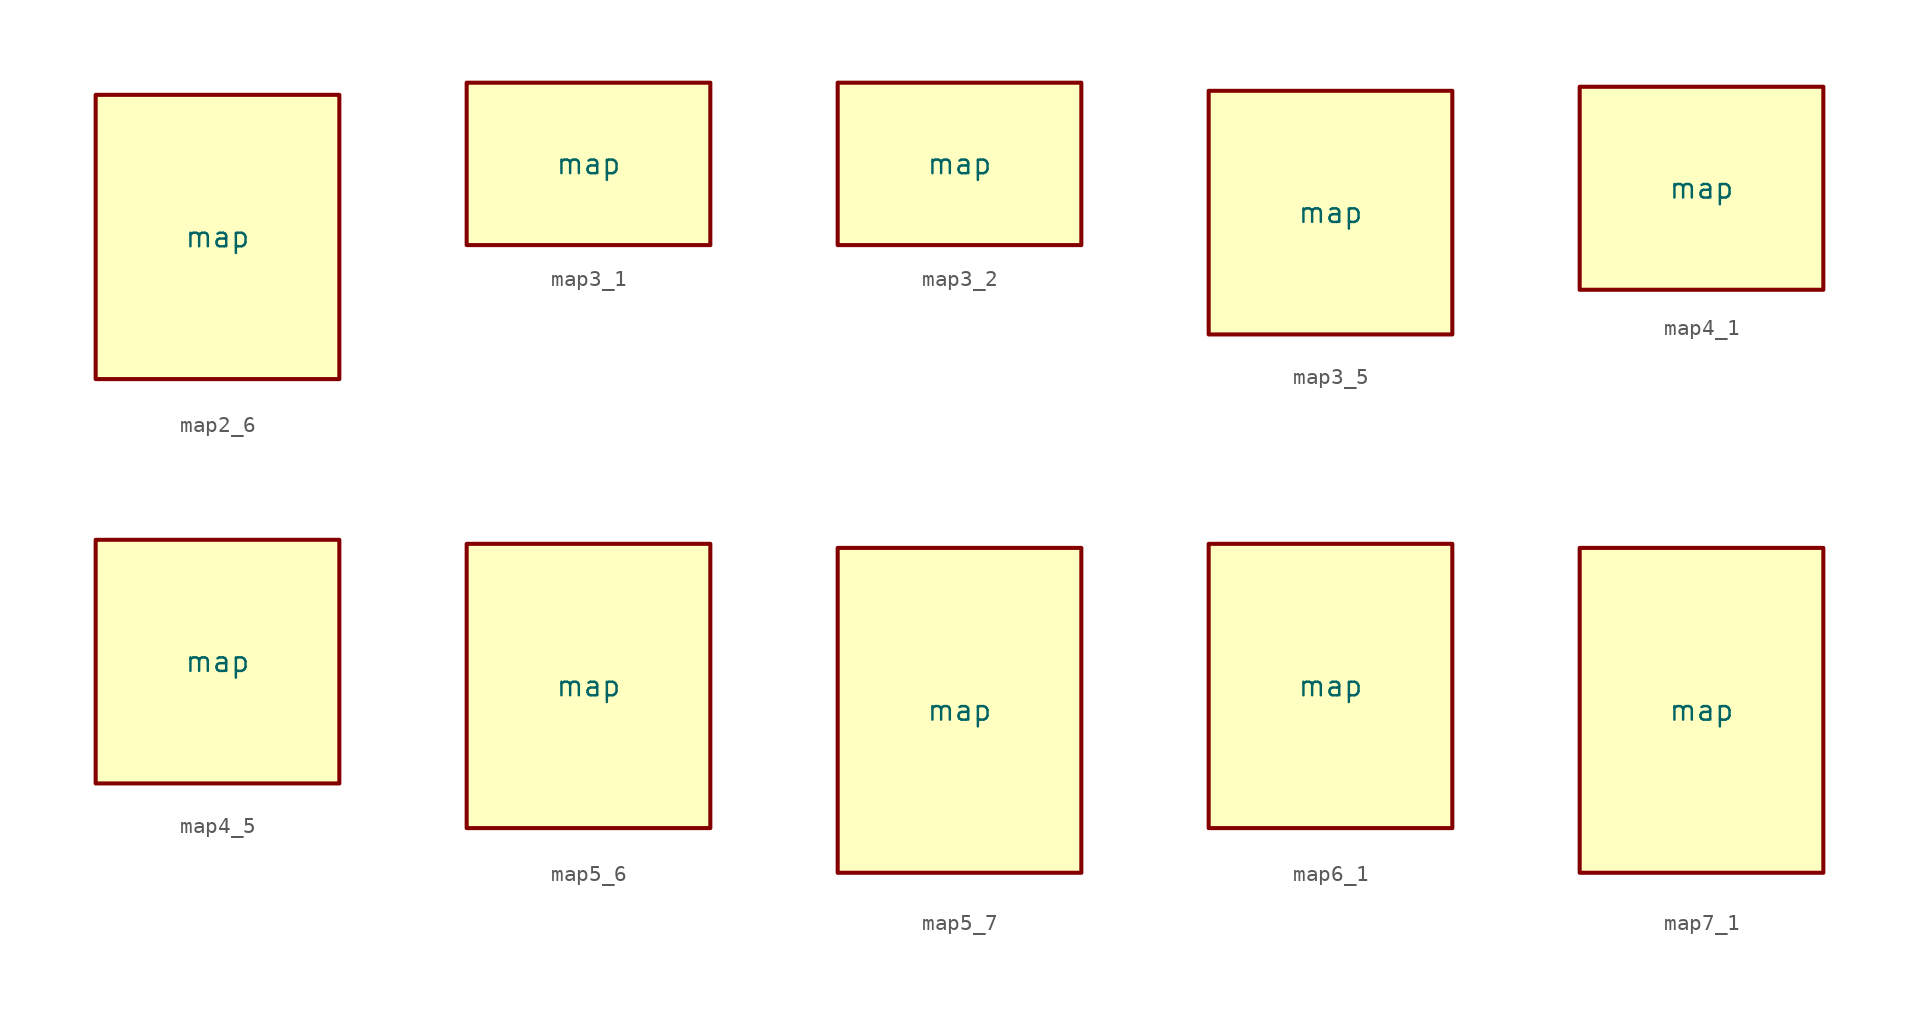
<source format=kicad_sym>
(kicad_symbol_lib
  (version 20231120)
  (generator "kicad_symbol_editor")
  (generator_version "8.0")
  (symbol "map2_6"
    (property "Reference" "U"
      (at 0 0 0)
      (effects (font (size 1.27 1.27)) (hide yes)))
    (property "Value" "map"
      (at 0 0 0)
      (do_not_autoplace)
      (effects (font (size 1.27 1.27))))
    (symbol "map2_6_1_1"
      (rectangle (start -7.62 8.89) (end 7.62 -8.89) (stroke (width 0.254) (type default)) (fill (type background)))
      (pin input line (at -7.62 -2.54 0) (length 0) (name "" (effects (font (size 1.27 1.27)))) (number "" (effects (font (size 1.27 1.27)))))
      (pin input line (at -7.62 2.54 0) (length 0) (name "" (effects (font (size 1.27 1.27)))) (number "" (effects (font (size 1.27 1.27)))))
      (pin output line (at 7.62 -6.35 180) (length 0) (name "" (effects (font (size 1.27 1.27)))) (number "" (effects (font (size 1.27 1.27)))))
      (pin output line (at 7.62 -3.81 180) (length 0) (name "" (effects (font (size 1.27 1.27)))) (number "" (effects (font (size 1.27 1.27)))))
      (pin output line (at 7.62 -1.27 180) (length 0) (name "" (effects (font (size 1.27 1.27)))) (number "" (effects (font (size 1.27 1.27)))))
      (pin output line (at 7.62 1.27 180) (length 0) (name "" (effects (font (size 1.27 1.27)))) (number "" (effects (font (size 1.27 1.27)))))
      (pin output line (at 7.62 3.81 180) (length 0) (name "" (effects (font (size 1.27 1.27)))) (number "" (effects (font (size 1.27 1.27)))))
      (pin output line (at 7.62 6.35 180) (length 0) (name "" (effects (font (size 1.27 1.27)))) (number "" (effects (font (size 1.27 1.27)))))))
  (symbol "map3_1"
    (property "Reference" "U"
      (at 0 0 0)
      (effects (font (size 1.27 1.27)) (hide yes)))
    (property "Value" "map"
      (at 0 0 0)
      (do_not_autoplace)
      (effects (font (size 1.27 1.27))))
    (symbol "map3_1_1_1"
      (rectangle (start -7.62 5.08) (end 7.62 -5.08) (stroke (width 0.254) (type default)) (fill (type background)))
      (pin input line (at -7.62 -2.54 0) (length 0) (name "" (effects (font (size 1.27 1.27)))) (number "" (effects (font (size 1.27 1.27)))))
      (pin input line (at -7.62 0 0) (length 0) (name "" (effects (font (size 1.27 1.27)))) (number "" (effects (font (size 1.27 1.27)))))
      (pin input line (at -7.62 2.54 0) (length 0) (name "" (effects (font (size 1.27 1.27)))) (number "" (effects (font (size 1.27 1.27)))))
      (pin output line (at 7.62 0 180) (length 0) (name "" (effects (font (size 1.27 1.27)))) (number "" (effects (font (size 1.27 1.27)))))))
  (symbol "map3_2"
    (property "Reference" "U"
      (at 0 0 0)
      (effects (font (size 1.27 1.27)) (hide yes)))
    (property "Value" "map"
      (at 0 0 0)
      (do_not_autoplace)
      (effects (font (size 1.27 1.27))))
    (symbol "map3_2_1_1"
      (rectangle (start -7.62 5.08) (end 7.62 -5.08) (stroke (width 0.254) (type default)) (fill (type background)))
      (pin input line (at -7.62 -2.54 0) (length 0) (name "" (effects (font (size 1.27 1.27)))) (number "" (effects (font (size 1.27 1.27)))))
      (pin input line (at -7.62 0 0) (length 0) (name "" (effects (font (size 1.27 1.27)))) (number "" (effects (font (size 1.27 1.27)))))
      (pin input line (at -7.62 2.54 0) (length 0) (name "" (effects (font (size 1.27 1.27)))) (number "" (effects (font (size 1.27 1.27)))))
      (pin output line (at 7.62 -1.27 180) (length 0) (name "" (effects (font (size 1.27 1.27)))) (number "" (effects (font (size 1.27 1.27)))))
      (pin output line (at 7.62 1.27 180) (length 0) (name "" (effects (font (size 1.27 1.27)))) (number "" (effects (font (size 1.27 1.27)))))))
  (symbol "map3_5"
    (property "Reference" "U"
      (at 0 0 0)
      (effects (font (size 1.27 1.27)) (hide yes)))
    (property "Value" "map"
      (at 0 0 0)
      (do_not_autoplace)
      (effects (font (size 1.27 1.27))))
    (symbol "map3_5_1_1"
      (rectangle (start -7.62 7.62) (end 7.62 -7.62) (stroke (width 0.254) (type default)) (fill (type background)))
      (pin input line (at -7.62 -2.54 0) (length 0) (name "" (effects (font (size 1.27 1.27)))) (number "" (effects (font (size 1.27 1.27)))))
      (pin input line (at -7.62 0 0) (length 0) (name "" (effects (font (size 1.27 1.27)))) (number "" (effects (font (size 1.27 1.27)))))
      (pin input line (at -7.62 2.54 0) (length 0) (name "" (effects (font (size 1.27 1.27)))) (number "" (effects (font (size 1.27 1.27)))))
      (pin output line (at 7.62 -5.08 180) (length 0) (name "" (effects (font (size 1.27 1.27)))) (number "" (effects (font (size 1.27 1.27)))))
      (pin output line (at 7.62 -2.54 180) (length 0) (name "" (effects (font (size 1.27 1.27)))) (number "" (effects (font (size 1.27 1.27)))))
      (pin output line (at 7.62 0 180) (length 0) (name "" (effects (font (size 1.27 1.27)))) (number "" (effects (font (size 1.27 1.27)))))
      (pin output line (at 7.62 2.54 180) (length 0) (name "" (effects (font (size 1.27 1.27)))) (number "" (effects (font (size 1.27 1.27)))))
      (pin output line (at 7.62 5.08 180) (length 0) (name "" (effects (font (size 1.27 1.27)))) (number "" (effects (font (size 1.27 1.27)))))))
  (symbol "map4_1"
    (property "Reference" "U"
      (at 0 0 0)
      (effects (font (size 1.27 1.27)) (hide yes)))
    (property "Value" "map"
      (at 0 0 0)
      (do_not_autoplace)
      (effects (font (size 1.27 1.27))))
    (symbol "map4_1_1_1"
      (rectangle (start -7.62 6.35) (end 7.62 -6.35) (stroke (width 0.254) (type default)) (fill (type background)))
      (pin input line (at -7.62 -3.81 0) (length 0) (name "" (effects (font (size 1.27 1.27)))) (number "" (effects (font (size 1.27 1.27)))))
      (pin input line (at -7.62 -1.27 0) (length 0) (name "" (effects (font (size 1.27 1.27)))) (number "" (effects (font (size 1.27 1.27)))))
      (pin input line (at -7.62 1.27 0) (length 0) (name "" (effects (font (size 1.27 1.27)))) (number "" (effects (font (size 1.27 1.27)))))
      (pin input line (at -7.62 3.81 0) (length 0) (name "" (effects (font (size 1.27 1.27)))) (number "" (effects (font (size 1.27 1.27)))))
      (pin output line (at 7.62 0 180) (length 0) (name "" (effects (font (size 1.27 1.27)))) (number "" (effects (font (size 1.27 1.27)))))))
  (symbol "map4_5"
    (property "Reference" "U"
      (at 0 0 0)
      (effects (font (size 1.27 1.27)) (hide yes)))
    (property "Value" "map"
      (at 0 0 0)
      (do_not_autoplace)
      (effects (font (size 1.27 1.27))))
    (symbol "map4_5_1_1"
      (rectangle (start -7.62 7.62) (end 7.62 -7.62) (stroke (width 0.254) (type default)) (fill (type background)))
      (pin input line (at -7.62 -3.81 0) (length 0) (name "" (effects (font (size 1.27 1.27)))) (number "" (effects (font (size 1.27 1.27)))))
      (pin input line (at -7.62 -1.27 0) (length 0) (name "" (effects (font (size 1.27 1.27)))) (number "" (effects (font (size 1.27 1.27)))))
      (pin input line (at -7.62 1.27 0) (length 0) (name "" (effects (font (size 1.27 1.27)))) (number "" (effects (font (size 1.27 1.27)))))
      (pin input line (at -7.62 3.81 0) (length 0) (name "" (effects (font (size 1.27 1.27)))) (number "" (effects (font (size 1.27 1.27)))))
      (pin output line (at 7.62 -5.08 180) (length 0) (name "" (effects (font (size 1.27 1.27)))) (number "" (effects (font (size 1.27 1.27)))))
      (pin output line (at 7.62 -2.54 180) (length 0) (name "" (effects (font (size 1.27 1.27)))) (number "" (effects (font (size 1.27 1.27)))))
      (pin output line (at 7.62 0 180) (length 0) (name "" (effects (font (size 1.27 1.27)))) (number "" (effects (font (size 1.27 1.27)))))
      (pin output line (at 7.62 2.54 180) (length 0) (name "" (effects (font (size 1.27 1.27)))) (number "" (effects (font (size 1.27 1.27)))))
      (pin output line (at 7.62 5.08 180) (length 0) (name "" (effects (font (size 1.27 1.27)))) (number "" (effects (font (size 1.27 1.27)))))))
  (symbol "map5_6"
    (property "Reference" "U"
      (at 0 0 0)
      (effects (font (size 1.27 1.27)) (hide yes)))
    (property "Value" "map"
      (at 0 0 0)
      (do_not_autoplace)
      (effects (font (size 1.27 1.27))))
    (symbol "map5_6_1_1"
      (rectangle (start -7.62 8.89) (end 7.62 -8.89) (stroke (width 0.254) (type default)) (fill (type background)))
      (pin input line (at -7.62 -5.08 0) (length 0) (name "" (effects (font (size 1.27 1.27)))) (number "" (effects (font (size 1.27 1.27)))))
      (pin input line (at -7.62 -2.54 0) (length 0) (name "" (effects (font (size 1.27 1.27)))) (number "" (effects (font (size 1.27 1.27)))))
      (pin input line (at -7.62 0 0) (length 0) (name "" (effects (font (size 1.27 1.27)))) (number "" (effects (font (size 1.27 1.27)))))
      (pin input line (at -7.62 2.54 0) (length 0) (name "" (effects (font (size 1.27 1.27)))) (number "" (effects (font (size 1.27 1.27)))))
      (pin input line (at -7.62 5.08 0) (length 0) (name "" (effects (font (size 1.27 1.27)))) (number "" (effects (font (size 1.27 1.27)))))
      (pin output line (at 7.62 -6.35 180) (length 0) (name "" (effects (font (size 1.27 1.27)))) (number "" (effects (font (size 1.27 1.27)))))
      (pin output line (at 7.62 -3.81 180) (length 0) (name "" (effects (font (size 1.27 1.27)))) (number "" (effects (font (size 1.27 1.27)))))
      (pin output line (at 7.62 -1.27 180) (length 0) (name "" (effects (font (size 1.27 1.27)))) (number "" (effects (font (size 1.27 1.27)))))
      (pin output line (at 7.62 1.27 180) (length 0) (name "" (effects (font (size 1.27 1.27)))) (number "" (effects (font (size 1.27 1.27)))))
      (pin output line (at 7.62 3.81 180) (length 0) (name "" (effects (font (size 1.27 1.27)))) (number "" (effects (font (size 1.27 1.27)))))
      (pin output line (at 7.62 6.35 180) (length 0) (name "" (effects (font (size 1.27 1.27)))) (number "" (effects (font (size 1.27 1.27)))))))
  (symbol "map5_7"
    (property "Reference" "U"
      (at 0 0 0)
      (effects (font (size 1.27 1.27)) (hide yes)))
    (property "Value" "map"
      (at 0 0 0)
      (do_not_autoplace)
      (effects (font (size 1.27 1.27))))
    (symbol "map5_7_1_1"
      (rectangle (start -7.62 10.16) (end 7.62 -10.16) (stroke (width 0.254) (type default)) (fill (type background)))
      (pin input line (at -7.62 -5.08 0) (length 0) (name "" (effects (font (size 1.27 1.27)))) (number "" (effects (font (size 1.27 1.27)))))
      (pin input line (at -7.62 -2.54 0) (length 0) (name "" (effects (font (size 1.27 1.27)))) (number "" (effects (font (size 1.27 1.27)))))
      (pin input line (at -7.62 0 0) (length 0) (name "" (effects (font (size 1.27 1.27)))) (number "" (effects (font (size 1.27 1.27)))))
      (pin input line (at -7.62 2.54 0) (length 0) (name "" (effects (font (size 1.27 1.27)))) (number "" (effects (font (size 1.27 1.27)))))
      (pin input line (at -7.62 5.08 0) (length 0) (name "" (effects (font (size 1.27 1.27)))) (number "" (effects (font (size 1.27 1.27)))))
      (pin output line (at 7.62 -7.62 180) (length 0) (name "" (effects (font (size 1.27 1.27)))) (number "" (effects (font (size 1.27 1.27)))))
      (pin output line (at 7.62 -5.08 180) (length 0) (name "" (effects (font (size 1.27 1.27)))) (number "" (effects (font (size 1.27 1.27)))))
      (pin output line (at 7.62 -2.54 180) (length 0) (name "" (effects (font (size 1.27 1.27)))) (number "" (effects (font (size 1.27 1.27)))))
      (pin output line (at 7.62 0 180) (length 0) (name "" (effects (font (size 1.27 1.27)))) (number "" (effects (font (size 1.27 1.27)))))
      (pin output line (at 7.62 2.54 180) (length 0) (name "" (effects (font (size 1.27 1.27)))) (number "" (effects (font (size 1.27 1.27)))))
      (pin output line (at 7.62 5.08 180) (length 0) (name "" (effects (font (size 1.27 1.27)))) (number "" (effects (font (size 1.27 1.27)))))
      (pin output line (at 7.62 7.62 180) (length 0) (name "" (effects (font (size 1.27 1.27)))) (number "" (effects (font (size 1.27 1.27)))))))
  (symbol "map6_1"
    (property "Reference" "U"
      (at 0 0 0)
      (effects (font (size 1.27 1.27)) (hide yes)))
    (property "Value" "map"
      (at 0 0 0)
      (do_not_autoplace)
      (effects (font (size 1.27 1.27))))
    (symbol "map6_1_1_1"
      (rectangle (start -7.62 8.89) (end 7.62 -8.89) (stroke (width 0.254) (type default)) (fill (type background)))
      (pin input line (at -7.62 -6.35 0) (length 0) (name "" (effects (font (size 1.27 1.27)))) (number "" (effects (font (size 1.27 1.27)))))
      (pin input line (at -7.62 -3.81 0) (length 0) (name "" (effects (font (size 1.27 1.27)))) (number "" (effects (font (size 1.27 1.27)))))
      (pin input line (at -7.62 -1.27 0) (length 0) (name "" (effects (font (size 1.27 1.27)))) (number "" (effects (font (size 1.27 1.27)))))
      (pin input line (at -7.62 1.27 0) (length 0) (name "" (effects (font (size 1.27 1.27)))) (number "" (effects (font (size 1.27 1.27)))))
      (pin input line (at -7.62 3.81 0) (length 0) (name "" (effects (font (size 1.27 1.27)))) (number "" (effects (font (size 1.27 1.27)))))
      (pin input line (at -7.62 6.35 0) (length 0) (name "" (effects (font (size 1.27 1.27)))) (number "" (effects (font (size 1.27 1.27)))))
      (pin output line (at 7.62 0 180) (length 0) (name "" (effects (font (size 1.27 1.27)))) (number "" (effects (font (size 1.27 1.27)))))))
  (symbol "map7_1"
    (property "Reference" "U"
      (at 0 0 0)
      (effects (font (size 1.27 1.27)) (hide yes)))
    (property "Value" "map"
      (at 0 0 0)
      (do_not_autoplace)
      (effects (font (size 1.27 1.27))))
    (symbol "map7_1_1_1"
      (rectangle (start -7.62 10.16) (end 7.62 -10.16) (stroke (width 0.254) (type default)) (fill (type background)))
      (pin input line (at -7.62 -7.62 0) (length 0) (name "" (effects (font (size 1.27 1.27)))) (number "" (effects (font (size 1.27 1.27)))))
      (pin input line (at -7.62 -5.08 0) (length 0) (name "" (effects (font (size 1.27 1.27)))) (number "" (effects (font (size 1.27 1.27)))))
      (pin input line (at -7.62 -2.54 0) (length 0) (name "" (effects (font (size 1.27 1.27)))) (number "" (effects (font (size 1.27 1.27)))))
      (pin input line (at -7.62 0 0) (length 0) (name "" (effects (font (size 1.27 1.27)))) (number "" (effects (font (size 1.27 1.27)))))
      (pin input line (at -7.62 2.54 0) (length 0) (name "" (effects (font (size 1.27 1.27)))) (number "" (effects (font (size 1.27 1.27)))))
      (pin input line (at -7.62 5.08 0) (length 0) (name "" (effects (font (size 1.27 1.27)))) (number "" (effects (font (size 1.27 1.27)))))
      (pin input line (at -7.62 7.62 0) (length 0) (name "" (effects (font (size 1.27 1.27)))) (number "" (effects (font (size 1.27 1.27)))))
      (pin output line (at 7.62 0 180) (length 0) (name "" (effects (font (size 1.27 1.27)))) (number "" (effects (font (size 1.27 1.27))))))))
</source>
